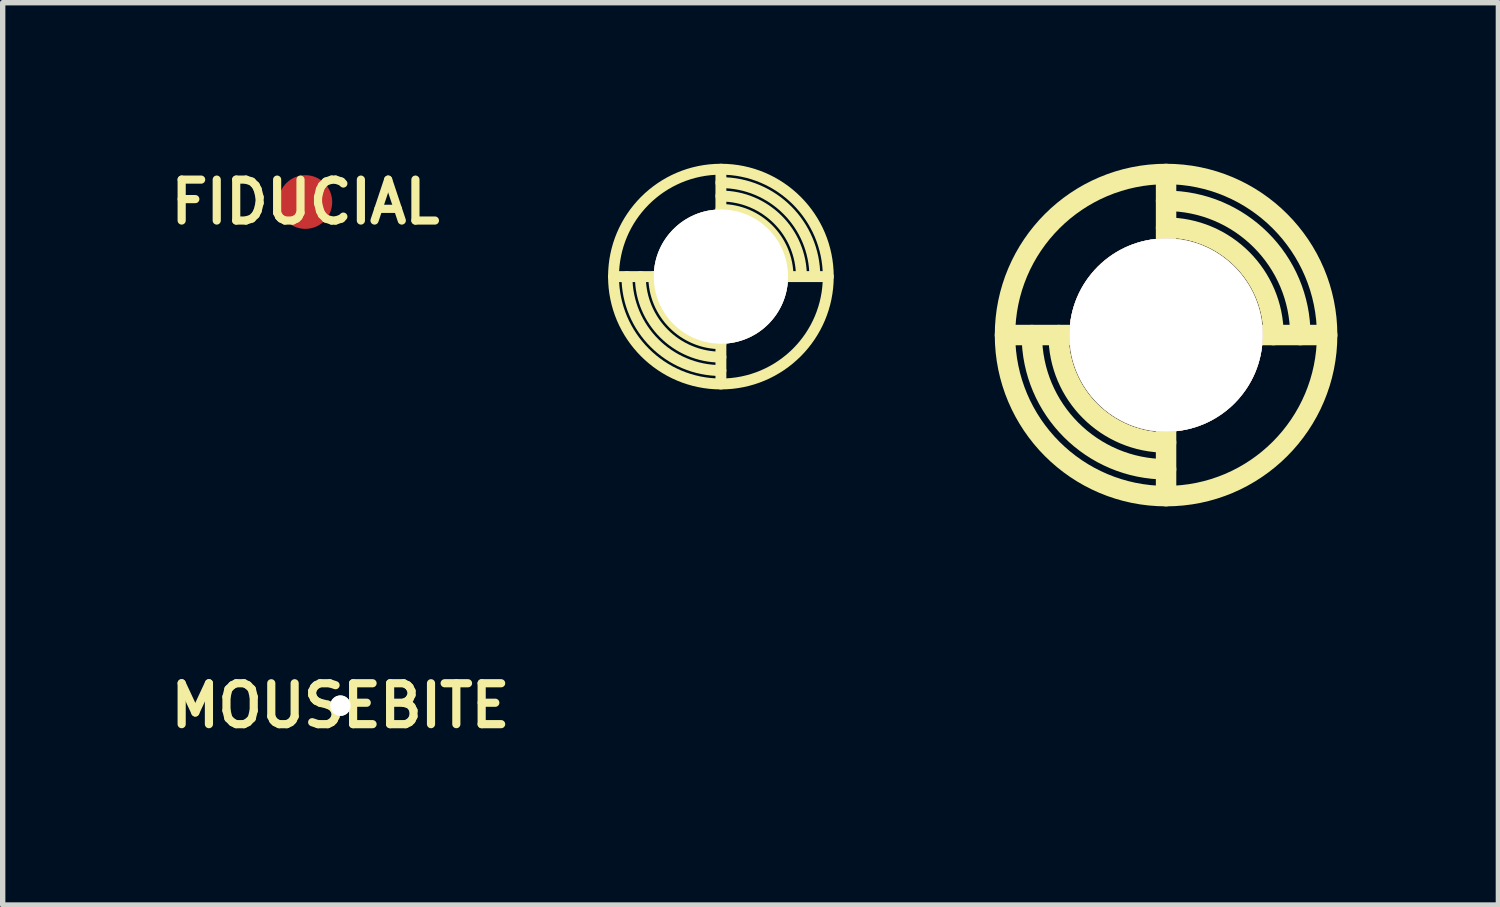
<source format=kicad_pcb>
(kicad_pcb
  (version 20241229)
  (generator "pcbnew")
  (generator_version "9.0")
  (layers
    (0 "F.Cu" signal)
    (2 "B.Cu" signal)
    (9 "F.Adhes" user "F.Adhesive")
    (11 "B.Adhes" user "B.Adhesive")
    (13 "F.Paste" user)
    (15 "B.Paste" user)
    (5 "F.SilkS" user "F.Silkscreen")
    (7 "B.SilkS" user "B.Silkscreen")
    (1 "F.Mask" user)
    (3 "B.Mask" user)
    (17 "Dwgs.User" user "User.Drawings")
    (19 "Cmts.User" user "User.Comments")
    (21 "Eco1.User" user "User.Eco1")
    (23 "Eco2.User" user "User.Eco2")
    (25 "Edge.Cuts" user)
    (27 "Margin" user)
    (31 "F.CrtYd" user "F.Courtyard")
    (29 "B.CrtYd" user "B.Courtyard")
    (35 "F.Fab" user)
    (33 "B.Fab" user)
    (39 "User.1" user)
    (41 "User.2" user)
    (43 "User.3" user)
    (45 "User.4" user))
  (footprint "M2"
    (layer "F.Cu")
    (at 10.378 2.102)
    (property "Reference" "M2" (at 0 0 0) (layer "F.SilkS") (effects (font (size 0.762 0.762) (thickness 0.152))))
    (attr through_hole)
    (fp_line (start 0 -2) (end 0 0) (stroke (width 0.203) (type solid)) (layer "F.SilkS"))
    (fp_line (start 0 0) (end -2 0) (stroke (width 0.203) (type solid)) (layer "F.SilkS"))
    (fp_line (start 0 0) (end 0 2) (stroke (width 0.203) (type solid)) (layer "F.SilkS"))
    (fp_line (start 0 0) (end 2 0) (stroke (width 0.203) (type solid)) (layer "F.SilkS"))
    (fp_arc (start 0 -1.75) (mid 1.237437 -1.237437) (end 1.75 0) (stroke (width 0.2032) (type solid)) (layer "F.SilkS"))
    (fp_arc (start 0 -1.5) (mid 1.06066 -1.06066) (end 1.5 0) (stroke (width 0.2032) (type solid)) (layer "F.SilkS"))
    (fp_arc (start 0 -1.25) (mid 0.883883 -0.883883) (end 1.25 0) (stroke (width 0.2032) (type solid)) (layer "F.SilkS"))
    (fp_arc (start 0 1.25) (mid -0.883883 0.883883) (end -1.25 0) (stroke (width 0.2032) (type solid)) (layer "F.SilkS"))
    (fp_arc (start 0 1.5) (mid -1.06066 1.06066) (end -1.5 0) (stroke (width 0.2032) (type solid)) (layer "F.SilkS"))
    (fp_arc (start 0 1.75) (mid -1.237437 1.237437) (end -1.75 0) (stroke (width 0.2032) (type solid)) (layer "F.SilkS"))
    (fp_circle (center 0 0) (end 2 0) (stroke (width 0.203) (type solid)) (fill no) (layer "F.SilkS"))
    (pad "" thru_hole circle (at 0 0) (size 2.5 2.5) (drill 2.5) (layers "*.Cu" "*.Mask" "F.SilkS")))
  (footprint "MOUSEBITE"
    (layer "F.Cu")
    (at 3.291 10.094)
    (property "Reference" "MOUSEBITE" (at 0 0 0) (layer "F.SilkS") (effects (font (size 0.762 0.762) (thickness 0.152))))
    (attr through_hole)
    (pad "" np_thru_hole circle (at 0 0) (size 0.381 0.381) (drill 0.381) (layers "*.Cu" "*.Mask" "F.SilkS")))
  (footprint "FIDUCIAL"
    (layer "F.Cu")
    (at 2.638 0.713)
    (property "Reference" "FIDUCIAL" (at 0 0 0) (layer "F.SilkS") (effects (font (size 0.762 0.762) (thickness 0.152))))
    (attr through_hole)
    (pad "" smd circle (at 0 0) (size 1 1) (layers "F.Cu" "F.Mask")))
  (footprint "M3"
    (layer "F.Cu")
    (at 18.67 3.191)
    (property "Reference" "M3" (at 0 0 0) (layer "F.SilkS") (effects (font (size 0.762 0.762) (thickness 0.152))))
    (attr through_hole)
    (fp_line (start 0 0) (end -3 0) (stroke (width 0.381) (type solid)) (layer "F.SilkS"))
    (fp_line (start 0 0) (end 0 -3) (stroke (width 0.381) (type solid)) (layer "F.SilkS"))
    (fp_line (start 0 0) (end 0 3) (stroke (width 0.381) (type solid)) (layer "F.SilkS"))
    (fp_line (start 0 0) (end 3 0) (stroke (width 0.381) (type solid)) (layer "F.SilkS"))
    (fp_arc (start 0 -2.5) (mid 1.767767 -1.767767) (end 2.5 0) (stroke (width 0.381) (type solid)) (layer "F.SilkS"))
    (fp_arc (start 0 -2) (mid 1.414214 -1.414214) (end 2 0) (stroke (width 0.381) (type solid)) (layer "F.SilkS"))
    (fp_arc (start 0 -1.5) (mid 1.06066 -1.06066) (end 1.5 0) (stroke (width 0.381) (type solid)) (layer "F.SilkS"))
    (fp_arc (start 0 -1) (mid 0.707107 -0.707107) (end 1 0) (stroke (width 0.381) (type solid)) (layer "F.SilkS"))
    (fp_arc (start 0 -0.5) (mid 0.353553 -0.353553) (end 0.5 0) (stroke (width 0.381) (type solid)) (layer "F.SilkS"))
    (fp_arc (start 0 0.5) (mid -0.353553 0.353553) (end -0.5 0) (stroke (width 0.381) (type solid)) (layer "F.SilkS"))
    (fp_arc (start 0 1) (mid -0.707107 0.707107) (end -1 0) (stroke (width 0.381) (type solid)) (layer "F.SilkS"))
    (fp_arc (start 0 1.5) (mid -1.06066 1.06066) (end -1.5 0) (stroke (width 0.381) (type solid)) (layer "F.SilkS"))
    (fp_arc (start 0 2) (mid -1.414214 1.414214) (end -2 0) (stroke (width 0.381) (type solid)) (layer "F.SilkS"))
    (fp_arc (start 0 2.5) (mid -1.767767 1.767767) (end -2.5 0) (stroke (width 0.381) (type solid)) (layer "F.SilkS"))
    (fp_circle (center 0 0) (end 3 0) (stroke (width 0.381) (type solid)) (fill no) (layer "F.SilkS"))
    (pad "1" thru_hole circle (at 0 0) (size 3.6 3.6) (drill 3.6) (layers "*.Cu" "*.SilkS" "*.Mask")))
  (gr_rect
    (start -3 -3)
    (end 24.86 13.807)
    (stroke (width 0.1) (type default))
    (fill no)
    (layer "Edge.Cuts")))
</source>
